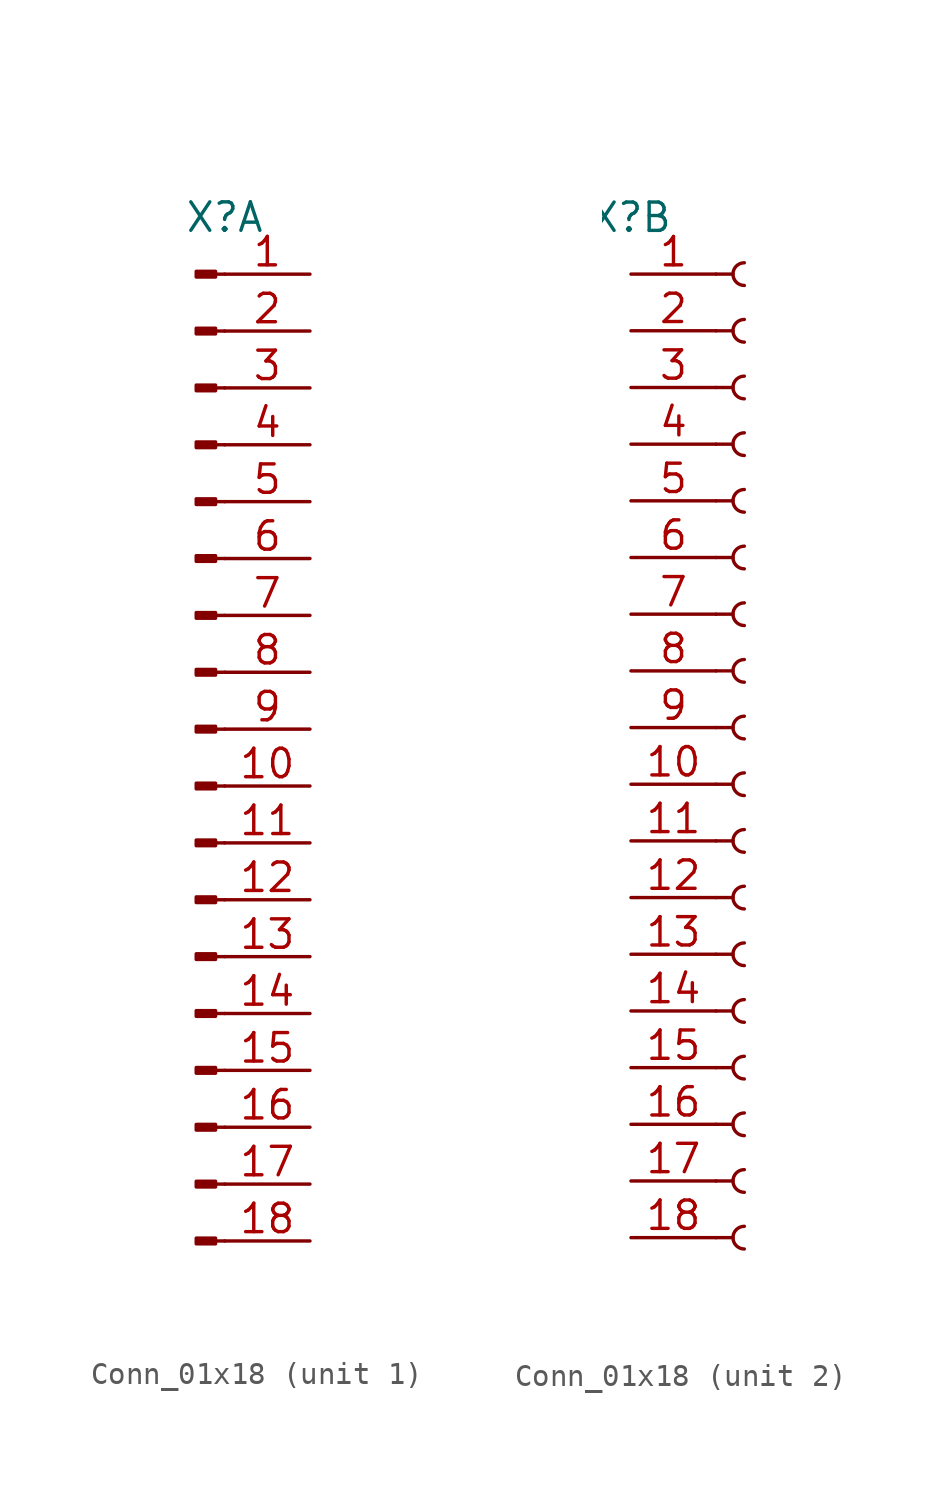
<source format=kicad_sym>
(kicad_symbol_lib
  (version 20241209)
  (generator "kicad_symbol_editor")
  (generator_version "9.0")
  (symbol "Conn_01x18"
    (pin_names
      (offset 1.016)
      (hide yes))
    (property "Reference" "X"
      (at 0 22.86 0)
      (do_not_autoplace)
      (effects (font (size 1.27 1.27))))
    (property "ki_locked" ""
      (at 0 0 0)
      (effects (font (size 1.27 1.27))))
    (symbol "Conn_01x18_1_1"
      (rectangle (start -0.406 20.447) (end -1.27 20.193) (stroke (width 0.152) (type default)) (fill (type outline)))
      (rectangle (start -0.406 17.907) (end -1.27 17.653) (stroke (width 0.152) (type default)) (fill (type outline)))
      (rectangle (start -0.406 15.367) (end -1.27 15.113) (stroke (width 0.152) (type default)) (fill (type outline)))
      (rectangle (start -0.406 12.827) (end -1.27 12.573) (stroke (width 0.152) (type default)) (fill (type outline)))
      (rectangle (start -0.406 10.287) (end -1.27 10.033) (stroke (width 0.152) (type default)) (fill (type outline)))
      (rectangle (start -0.406 7.747) (end -1.27 7.493) (stroke (width 0.152) (type default)) (fill (type outline)))
      (rectangle (start -0.406 5.207) (end -1.27 4.953) (stroke (width 0.152) (type default)) (fill (type outline)))
      (rectangle (start -0.406 2.667) (end -1.27 2.413) (stroke (width 0.152) (type default)) (fill (type outline)))
      (rectangle (start -0.406 0.127) (end -1.27 -0.127) (stroke (width 0.152) (type default)) (fill (type outline)))
      (rectangle (start -0.406 -2.413) (end -1.27 -2.667) (stroke (width 0.152) (type default)) (fill (type outline)))
      (rectangle (start -0.406 -4.953) (end -1.27 -5.207) (stroke (width 0.152) (type default)) (fill (type outline)))
      (rectangle (start -0.406 -7.493) (end -1.27 -7.747) (stroke (width 0.152) (type default)) (fill (type outline)))
      (rectangle (start -0.406 -10.033) (end -1.27 -10.287) (stroke (width 0.152) (type default)) (fill (type outline)))
      (rectangle (start -0.406 -12.573) (end -1.27 -12.827) (stroke (width 0.152) (type default)) (fill (type outline)))
      (rectangle (start -0.406 -15.113) (end -1.27 -15.367) (stroke (width 0.152) (type default)) (fill (type outline)))
      (rectangle (start -0.406 -17.653) (end -1.27 -17.907) (stroke (width 0.152) (type default)) (fill (type outline)))
      (rectangle (start -0.406 -20.193) (end -1.27 -20.447) (stroke (width 0.152) (type default)) (fill (type outline)))
      (rectangle (start -0.406 -22.733) (end -1.27 -22.987) (stroke (width 0.152) (type default)) (fill (type outline)))
      (polyline (pts (xy 0 20.32) (xy -0.406 20.32)) (stroke (width 0.152) (type default)) (fill (type none)))
      (polyline (pts (xy 0 17.78) (xy -0.406 17.78)) (stroke (width 0.152) (type default)) (fill (type none)))
      (polyline (pts (xy 0 15.24) (xy -0.406 15.24)) (stroke (width 0.152) (type default)) (fill (type none)))
      (polyline (pts (xy 0 12.7) (xy -0.406 12.7)) (stroke (width 0.152) (type default)) (fill (type none)))
      (polyline (pts (xy 0 10.16) (xy -0.406 10.16)) (stroke (width 0.152) (type default)) (fill (type none)))
      (polyline (pts (xy 0 7.62) (xy -0.406 7.62)) (stroke (width 0.152) (type default)) (fill (type none)))
      (polyline (pts (xy 0 5.08) (xy -0.406 5.08)) (stroke (width 0.152) (type default)) (fill (type none)))
      (polyline (pts (xy 0 2.54) (xy -0.406 2.54)) (stroke (width 0.152) (type default)) (fill (type none)))
      (polyline (pts (xy 0 0) (xy -0.406 0)) (stroke (width 0.152) (type default)) (fill (type none)))
      (polyline (pts (xy 0 -2.54) (xy -0.406 -2.54)) (stroke (width 0.152) (type default)) (fill (type none)))
      (polyline (pts (xy 0 -5.08) (xy -0.406 -5.08)) (stroke (width 0.152) (type default)) (fill (type none)))
      (polyline (pts (xy 0 -7.62) (xy -0.406 -7.62)) (stroke (width 0.152) (type default)) (fill (type none)))
      (polyline (pts (xy 0 -10.16) (xy -0.406 -10.16)) (stroke (width 0.152) (type default)) (fill (type none)))
      (polyline (pts (xy 0 -12.7) (xy -0.406 -12.7)) (stroke (width 0.152) (type default)) (fill (type none)))
      (polyline (pts (xy 0 -15.24) (xy -0.406 -15.24)) (stroke (width 0.152) (type default)) (fill (type none)))
      (polyline (pts (xy 0 -17.78) (xy -0.406 -17.78)) (stroke (width 0.152) (type default)) (fill (type none)))
      (polyline (pts (xy 0 -20.32) (xy -0.406 -20.32)) (stroke (width 0.152) (type default)) (fill (type none)))
      (polyline (pts (xy 0 -22.86) (xy -0.406 -22.86)) (stroke (width 0.152) (type default)) (fill (type none)))
      (pin passive line (at 3.81 20.32 180) (length 3.81) (name "Pin_1" (effects (font (size 1.27 1.27)))) (number "1" (effects (font (size 1.27 1.27)))))
      (pin passive line (at 3.81 17.78 180) (length 3.81) (name "Pin_2" (effects (font (size 1.27 1.27)))) (number "2" (effects (font (size 1.27 1.27)))))
      (pin passive line (at 3.81 15.24 180) (length 3.81) (name "Pin_3" (effects (font (size 1.27 1.27)))) (number "3" (effects (font (size 1.27 1.27)))))
      (pin passive line (at 3.81 12.7 180) (length 3.81) (name "Pin_4" (effects (font (size 1.27 1.27)))) (number "4" (effects (font (size 1.27 1.27)))))
      (pin passive line (at 3.81 10.16 180) (length 3.81) (name "Pin_5" (effects (font (size 1.27 1.27)))) (number "5" (effects (font (size 1.27 1.27)))))
      (pin passive line (at 3.81 7.62 180) (length 3.81) (name "Pin_6" (effects (font (size 1.27 1.27)))) (number "6" (effects (font (size 1.27 1.27)))))
      (pin passive line (at 3.81 5.08 180) (length 3.81) (name "Pin_7" (effects (font (size 1.27 1.27)))) (number "7" (effects (font (size 1.27 1.27)))))
      (pin passive line (at 3.81 2.54 180) (length 3.81) (name "Pin_8" (effects (font (size 1.27 1.27)))) (number "8" (effects (font (size 1.27 1.27)))))
      (pin passive line (at 3.81 0 180) (length 3.81) (name "Pin_9" (effects (font (size 1.27 1.27)))) (number "9" (effects (font (size 1.27 1.27)))))
      (pin passive line (at 3.81 -2.54 180) (length 3.81) (name "Pin_10" (effects (font (size 1.27 1.27)))) (number "10" (effects (font (size 1.27 1.27)))))
      (pin passive line (at 3.81 -5.08 180) (length 3.81) (name "Pin_11" (effects (font (size 1.27 1.27)))) (number "11" (effects (font (size 1.27 1.27)))))
      (pin passive line (at 3.81 -7.62 180) (length 3.81) (name "Pin_12" (effects (font (size 1.27 1.27)))) (number "12" (effects (font (size 1.27 1.27)))))
      (pin passive line (at 3.81 -10.16 180) (length 3.81) (name "Pin_13" (effects (font (size 1.27 1.27)))) (number "13" (effects (font (size 1.27 1.27)))))
      (pin passive line (at 3.81 -12.7 180) (length 3.81) (name "Pin_14" (effects (font (size 1.27 1.27)))) (number "14" (effects (font (size 1.27 1.27)))))
      (pin passive line (at 3.81 -15.24 180) (length 3.81) (name "Pin_15" (effects (font (size 1.27 1.27)))) (number "15" (effects (font (size 1.27 1.27)))))
      (pin passive line (at 3.81 -17.78 180) (length 3.81) (name "Pin_16" (effects (font (size 1.27 1.27)))) (number "16" (effects (font (size 1.27 1.27)))))
      (pin passive line (at 3.81 -20.32 180) (length 3.81) (name "Pin_17" (effects (font (size 1.27 1.27)))) (number "17" (effects (font (size 1.27 1.27)))))
      (pin passive line (at 3.81 -22.86 180) (length 3.81) (name "Pin_18" (effects (font (size 1.27 1.27)))) (number "18" (effects (font (size 1.27 1.27))))))
    (symbol "Conn_01x18_2_1"
      (polyline (pts (xy 3.81 20.32) (xy 4.572 20.32)) (stroke (width 0.152) (type default)) (fill (type none)))
      (polyline (pts (xy 3.81 17.78) (xy 4.572 17.78)) (stroke (width 0.152) (type default)) (fill (type none)))
      (polyline (pts (xy 3.81 15.24) (xy 4.572 15.24)) (stroke (width 0.152) (type default)) (fill (type none)))
      (polyline (pts (xy 3.81 12.7) (xy 4.572 12.7)) (stroke (width 0.152) (type default)) (fill (type none)))
      (polyline (pts (xy 3.81 10.16) (xy 4.572 10.16)) (stroke (width 0.152) (type default)) (fill (type none)))
      (polyline (pts (xy 3.81 7.62) (xy 4.572 7.62)) (stroke (width 0.152) (type default)) (fill (type none)))
      (polyline (pts (xy 3.81 5.08) (xy 4.572 5.08)) (stroke (width 0.152) (type default)) (fill (type none)))
      (polyline (pts (xy 3.81 2.54) (xy 4.572 2.54)) (stroke (width 0.152) (type default)) (fill (type none)))
      (polyline (pts (xy 3.81 0) (xy 4.572 0)) (stroke (width 0.152) (type default)) (fill (type none)))
      (polyline (pts (xy 3.81 -2.54) (xy 4.572 -2.54)) (stroke (width 0.152) (type default)) (fill (type none)))
      (polyline (pts (xy 3.81 -5.08) (xy 4.572 -5.08)) (stroke (width 0.152) (type default)) (fill (type none)))
      (polyline (pts (xy 3.81 -7.62) (xy 4.572 -7.62)) (stroke (width 0.152) (type default)) (fill (type none)))
      (polyline (pts (xy 3.81 -10.16) (xy 4.572 -10.16)) (stroke (width 0.152) (type default)) (fill (type none)))
      (polyline (pts (xy 3.81 -12.7) (xy 4.572 -12.7)) (stroke (width 0.152) (type default)) (fill (type none)))
      (polyline (pts (xy 3.81 -15.24) (xy 4.572 -15.24)) (stroke (width 0.152) (type default)) (fill (type none)))
      (polyline (pts (xy 3.81 -17.78) (xy 4.572 -17.78)) (stroke (width 0.152) (type default)) (fill (type none)))
      (polyline (pts (xy 3.81 -20.32) (xy 4.572 -20.32)) (stroke (width 0.152) (type default)) (fill (type none)))
      (polyline (pts (xy 3.81 -22.86) (xy 4.572 -22.86)) (stroke (width 0.152) (type default)) (fill (type none)))
      (arc (start 5.08 19.812) (mid 4.5742 20.32) (end 5.08 20.828) (stroke (width 0.1524) (type default)) (fill (type none)))
      (arc (start 5.08 17.272) (mid 4.5742 17.78) (end 5.08 18.288) (stroke (width 0.1524) (type default)) (fill (type none)))
      (arc (start 5.08 14.732) (mid 4.5742 15.24) (end 5.08 15.748) (stroke (width 0.1524) (type default)) (fill (type none)))
      (arc (start 5.08 12.192) (mid 4.5742 12.7) (end 5.08 13.208) (stroke (width 0.1524) (type default)) (fill (type none)))
      (arc (start 5.08 9.652) (mid 4.5742 10.16) (end 5.08 10.668) (stroke (width 0.1524) (type default)) (fill (type none)))
      (arc (start 5.08 7.112) (mid 4.5742 7.62) (end 5.08 8.128) (stroke (width 0.1524) (type default)) (fill (type none)))
      (arc (start 5.08 4.572) (mid 4.5742 5.08) (end 5.08 5.588) (stroke (width 0.1524) (type default)) (fill (type none)))
      (arc (start 5.08 2.032) (mid 4.5742 2.54) (end 5.08 3.048) (stroke (width 0.1524) (type default)) (fill (type none)))
      (arc (start 5.08 -0.508) (mid 4.5742 0) (end 5.08 0.508) (stroke (width 0.1524) (type default)) (fill (type none)))
      (arc (start 5.08 -3.048) (mid 4.5742 -2.54) (end 5.08 -2.032) (stroke (width 0.1524) (type default)) (fill (type none)))
      (arc (start 5.08 -5.588) (mid 4.5742 -5.08) (end 5.08 -4.572) (stroke (width 0.1524) (type default)) (fill (type none)))
      (arc (start 5.08 -8.128) (mid 4.5742 -7.62) (end 5.08 -7.112) (stroke (width 0.1524) (type default)) (fill (type none)))
      (arc (start 5.08 -10.668) (mid 4.5742 -10.16) (end 5.08 -9.652) (stroke (width 0.1524) (type default)) (fill (type none)))
      (arc (start 5.08 -13.208) (mid 4.5742 -12.7) (end 5.08 -12.192) (stroke (width 0.1524) (type default)) (fill (type none)))
      (arc (start 5.08 -15.748) (mid 4.5742 -15.24) (end 5.08 -14.732) (stroke (width 0.1524) (type default)) (fill (type none)))
      (arc (start 5.08 -18.288) (mid 4.5742 -17.78) (end 5.08 -17.272) (stroke (width 0.1524) (type default)) (fill (type none)))
      (arc (start 5.08 -20.828) (mid 4.5742 -20.32) (end 5.08 -19.812) (stroke (width 0.1524) (type default)) (fill (type none)))
      (arc (start 5.08 -23.368) (mid 4.5742 -22.86) (end 5.08 -22.352) (stroke (width 0.1524) (type default)) (fill (type none)))
      (pin passive line (at 0 20.32 0) (length 3.81) (name "Pin_1" (effects (font (size 1.27 1.27)))) (number "1" (effects (font (size 1.27 1.27)))))
      (pin passive line (at 0 17.78 0) (length 3.81) (name "Pin_2" (effects (font (size 1.27 1.27)))) (number "2" (effects (font (size 1.27 1.27)))))
      (pin passive line (at 0 15.24 0) (length 3.81) (name "Pin_3" (effects (font (size 1.27 1.27)))) (number "3" (effects (font (size 1.27 1.27)))))
      (pin passive line (at 0 12.7 0) (length 3.81) (name "Pin_4" (effects (font (size 1.27 1.27)))) (number "4" (effects (font (size 1.27 1.27)))))
      (pin passive line (at 0 10.16 0) (length 3.81) (name "Pin_5" (effects (font (size 1.27 1.27)))) (number "5" (effects (font (size 1.27 1.27)))))
      (pin passive line (at 0 7.62 0) (length 3.81) (name "Pin_6" (effects (font (size 1.27 1.27)))) (number "6" (effects (font (size 1.27 1.27)))))
      (pin passive line (at 0 5.08 0) (length 3.81) (name "Pin_7" (effects (font (size 1.27 1.27)))) (number "7" (effects (font (size 1.27 1.27)))))
      (pin passive line (at 0 2.54 0) (length 3.81) (name "Pin_8" (effects (font (size 1.27 1.27)))) (number "8" (effects (font (size 1.27 1.27)))))
      (pin passive line (at 0 0 0) (length 3.81) (name "Pin_9" (effects (font (size 1.27 1.27)))) (number "9" (effects (font (size 1.27 1.27)))))
      (pin passive line (at 0 -2.54 0) (length 3.81) (name "Pin_10" (effects (font (size 1.27 1.27)))) (number "10" (effects (font (size 1.27 1.27)))))
      (pin passive line (at 0 -5.08 0) (length 3.81) (name "Pin_11" (effects (font (size 1.27 1.27)))) (number "11" (effects (font (size 1.27 1.27)))))
      (pin passive line (at 0 -7.62 0) (length 3.81) (name "Pin_12" (effects (font (size 1.27 1.27)))) (number "12" (effects (font (size 1.27 1.27)))))
      (pin passive line (at 0 -10.16 0) (length 3.81) (name "Pin_13" (effects (font (size 1.27 1.27)))) (number "13" (effects (font (size 1.27 1.27)))))
      (pin passive line (at 0 -12.7 0) (length 3.81) (name "Pin_14" (effects (font (size 1.27 1.27)))) (number "14" (effects (font (size 1.27 1.27)))))
      (pin passive line (at 0 -15.24 0) (length 3.81) (name "Pin_15" (effects (font (size 1.27 1.27)))) (number "15" (effects (font (size 1.27 1.27)))))
      (pin passive line (at 0 -17.78 0) (length 3.81) (name "Pin_16" (effects (font (size 1.27 1.27)))) (number "16" (effects (font (size 1.27 1.27)))))
      (pin passive line (at 0 -20.32 0) (length 3.81) (name "Pin_17" (effects (font (size 1.27 1.27)))) (number "17" (effects (font (size 1.27 1.27)))))
      (pin passive line (at 0 -22.86 0) (length 3.81) (name "Pin_18" (effects (font (size 1.27 1.27)))) (number "18" (effects (font (size 1.27 1.27))))))))
</source>
